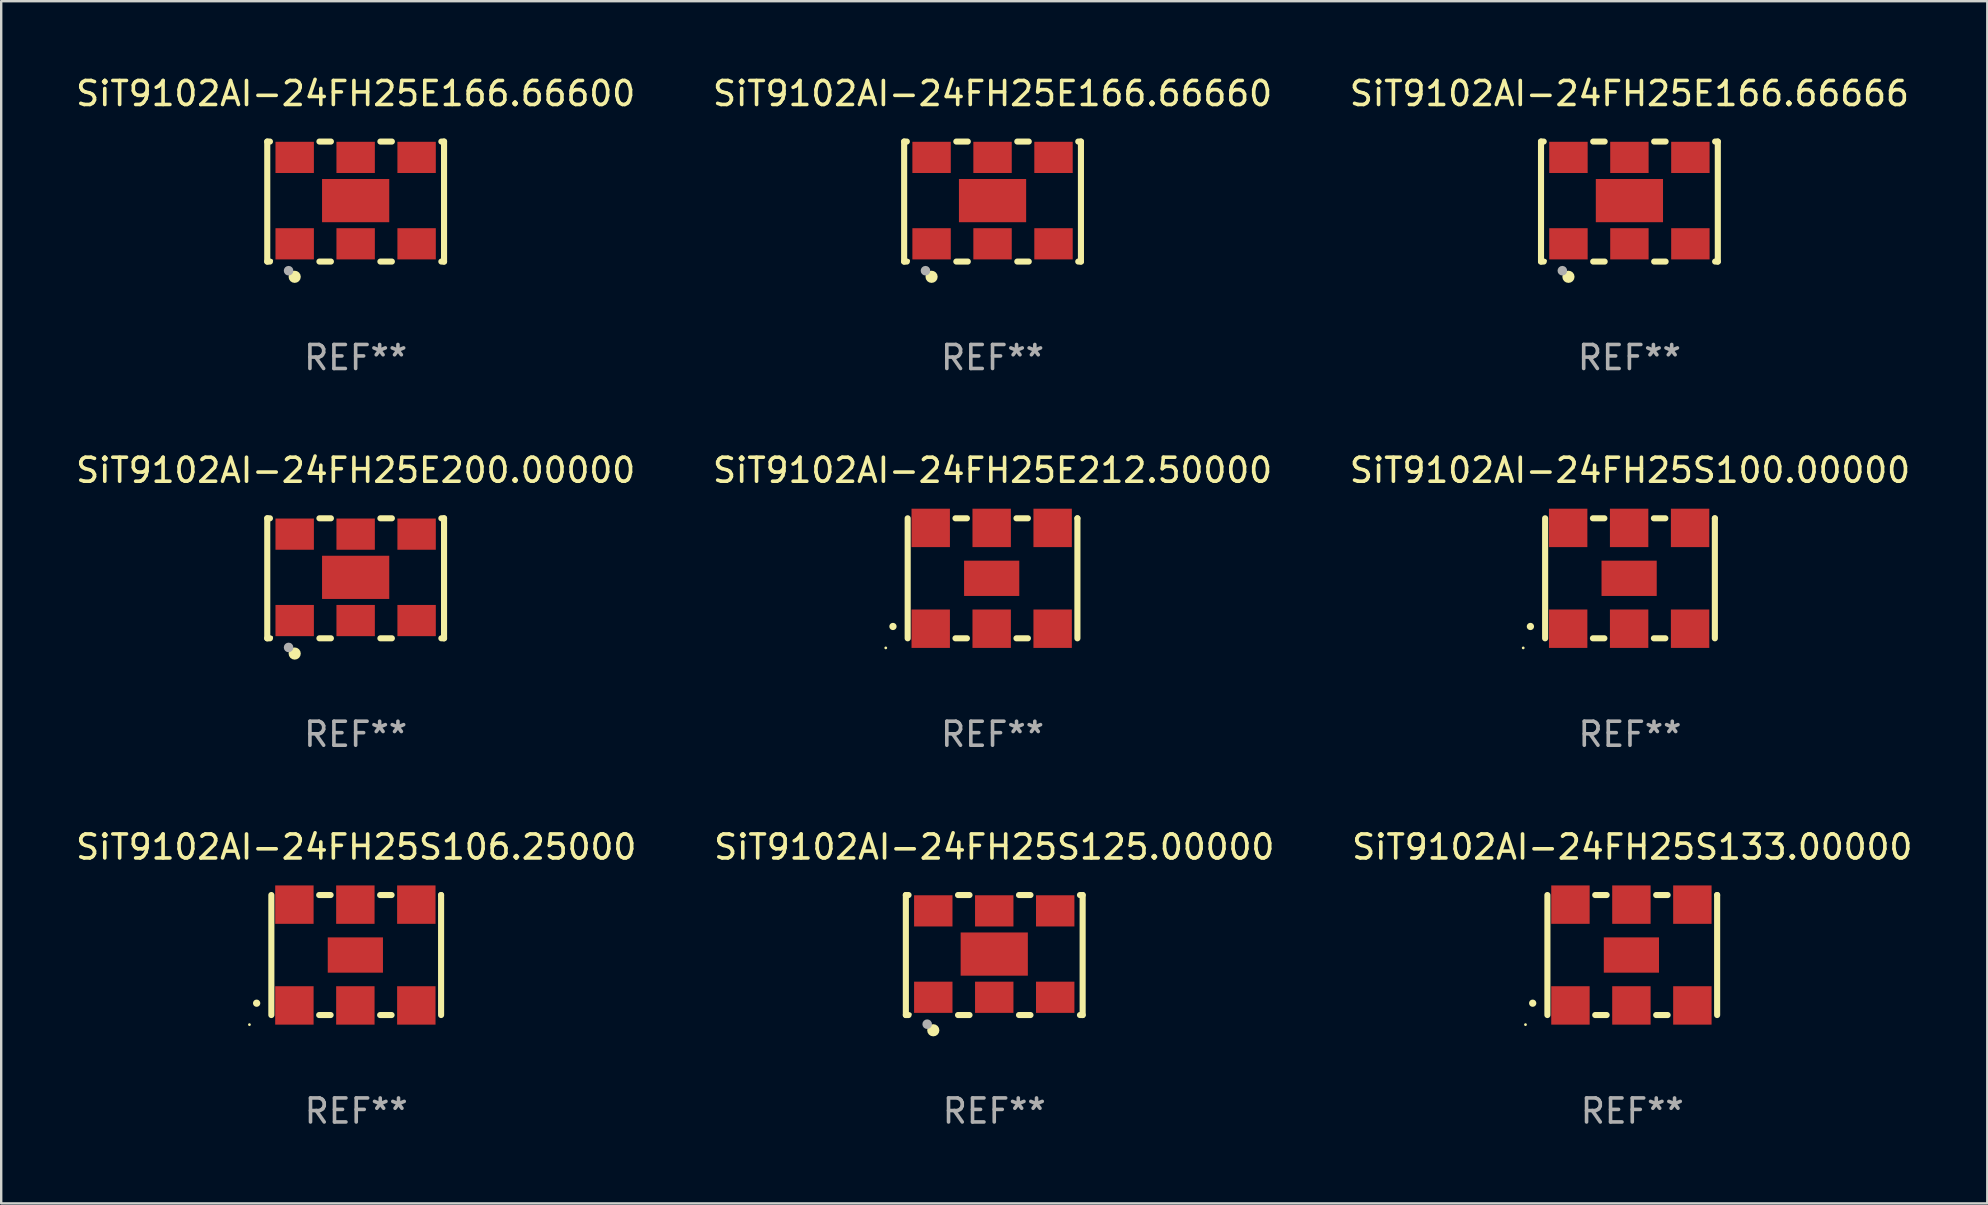
<source format=kicad_pcb>
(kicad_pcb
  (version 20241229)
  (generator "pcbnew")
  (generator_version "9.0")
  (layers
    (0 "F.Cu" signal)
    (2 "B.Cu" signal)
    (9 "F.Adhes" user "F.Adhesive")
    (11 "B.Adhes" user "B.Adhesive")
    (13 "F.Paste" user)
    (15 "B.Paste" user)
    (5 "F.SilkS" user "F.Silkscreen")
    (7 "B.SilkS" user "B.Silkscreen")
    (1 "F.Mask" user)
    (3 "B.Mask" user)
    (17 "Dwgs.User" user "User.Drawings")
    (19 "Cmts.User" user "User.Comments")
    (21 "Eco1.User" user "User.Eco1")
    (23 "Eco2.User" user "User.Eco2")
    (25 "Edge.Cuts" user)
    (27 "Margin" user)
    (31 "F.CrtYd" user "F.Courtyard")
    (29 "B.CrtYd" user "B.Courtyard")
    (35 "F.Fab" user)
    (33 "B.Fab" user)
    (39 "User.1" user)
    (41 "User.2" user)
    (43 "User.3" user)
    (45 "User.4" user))
  (footprint "SiT9102AI-24FH25E166.66600"
    (layer "F.Cu")
    (at 11.768 5.348)
    (property "Reference" "SiT9102AI-24FH25E166.66600" (at 0 -4.5 0) (layer "F.SilkS") (effects (font (size 1 1) (thickness 0.15))))
    (attr through_hole)
    (fp_line (start -3.683 -2.5) (end -3.571 -2.5) (stroke (width 0.254) (type solid)) (layer "F.SilkS"))
    (fp_line (start -3.683 2.5) (end -3.683 -2.5) (stroke (width 0.254) (type solid)) (layer "F.SilkS"))
    (fp_line (start -3.683 2.5) (end -3.571 2.5) (stroke (width 0.254) (type solid)) (layer "F.SilkS"))
    (fp_line (start -1.509 -2.5) (end -1.031 -2.5) (stroke (width 0.254) (type solid)) (layer "F.SilkS"))
    (fp_line (start -1.509 2.5) (end -1.031 2.5) (stroke (width 0.254) (type solid)) (layer "F.SilkS"))
    (fp_line (start 1.031 -2.5) (end 1.509 -2.5) (stroke (width 0.254) (type solid)) (layer "F.SilkS"))
    (fp_line (start 1.031 2.5) (end 1.509 2.5) (stroke (width 0.254) (type solid)) (layer "F.SilkS"))
    (fp_line (start 3.571 -2.5) (end 3.683 -2.5) (stroke (width 0.254) (type solid)) (layer "F.SilkS"))
    (fp_line (start 3.571 2.5) (end 3.683 2.5) (stroke (width 0.254) (type solid)) (layer "F.SilkS"))
    (fp_line (start 3.683 2.5) (end 3.683 -2.5) (stroke (width 0.254) (type solid)) (layer "F.SilkS"))
    (fp_circle (center -3.5 2.46) (end -3.47 2.46) (stroke (width 0.06) (type solid)) (fill no) (layer "F.SilkS"))
    (fp_circle (center -2.54 3.135) (end -2.413 3.135) (stroke (width 0.254) (type solid)) (fill no) (layer "F.SilkS"))
    (fp_circle (center -2.794 2.881) (end -2.694 2.881) (stroke (width 0.2) (type solid)) (fill no) (layer "F.Fab"))
    (fp_text user "REF**" (at 0 6.5 0) (layer "F.Fab") (effects (font (size 1 1) (thickness 0.15))))
    (pad "1" smd rect (at -2.54 1.76) (size 1.6 1.3) (layers "F.Cu" "F.Mask" "F.Paste"))
    (pad "2" smd rect (at 0 1.76) (size 1.6 1.3) (layers "F.Cu" "F.Mask" "F.Paste"))
    (pad "3" smd rect (at 2.54 1.76) (size 1.6 1.3) (layers "F.Cu" "F.Mask" "F.Paste"))
    (pad "4" smd rect (at 2.54 -1.84) (size 1.6 1.3) (layers "F.Cu" "F.Mask" "F.Paste"))
    (pad "5" smd rect (at 0 -1.84) (size 1.6 1.3) (layers "F.Cu" "F.Mask" "F.Paste"))
    (pad "6" smd rect (at -2.54 -1.84) (size 1.6 1.3) (layers "F.Cu" "F.Mask" "F.Paste"))
    (pad "7" smd rect (at 0 -0.04) (size 2.8 1.8) (layers "F.Cu" "F.Mask" "F.Paste")))
  (footprint "SiT9102AI-24FH25S100.00000"
    (layer "F.Cu")
    (at 64.863 21.045)
    (property "Reference" "SiT9102AI-24FH25S100.00000" (at 0 -4.5 0) (layer "F.SilkS") (effects (font (size 1 1) (thickness 0.15))))
    (attr through_hole)
    (fp_line (start -3.536 -2.5) (end -3.536 2.5) (stroke (width 0.254) (type solid)) (layer "F.SilkS"))
    (fp_line (start -1.544 2.5) (end -1.067 2.5) (stroke (width 0.254) (type solid)) (layer "F.SilkS"))
    (fp_line (start -1.067 -2.5) (end -1.544 -2.5) (stroke (width 0.254) (type solid)) (layer "F.SilkS"))
    (fp_line (start 0.996 2.5) (end 1.473 2.5) (stroke (width 0.254) (type solid)) (layer "F.SilkS"))
    (fp_line (start 1.473 -2.5) (end 0.996 -2.5) (stroke (width 0.254) (type solid)) (layer "F.SilkS"))
    (fp_line (start 3.536 -2.5) (end 3.536 -2.5) (stroke (width 0.254) (type solid)) (layer "F.SilkS"))
    (fp_line (start 3.536 2.5) (end 3.536 -2.5) (stroke (width 0.254) (type solid)) (layer "F.SilkS"))
    (fp_arc (start -4.150432 2.006604) (mid -4.149162 2.006599) (end -4.147892 2.006604) (stroke (width 0.3) (type solid)) (layer "F.SilkS"))
    (fp_circle (center -4.449 2.9) (end -4.419 2.9) (stroke (width 0.06) (type solid)) (fill no) (layer "F.SilkS"))
    (fp_text user "REF**" (at 0 6.5 0) (layer "F.Fab") (effects (font (size 1 1) (thickness 0.15))))
    (pad "1" smd rect (at -2.576 2.1) (size 1.6 1.6) (layers "F.Cu" "F.Mask" "F.Paste"))
    (pad "2" smd rect (at -0.036 2.1) (size 1.6 1.6) (layers "F.Cu" "F.Mask" "F.Paste"))
    (pad "3" smd rect (at 2.504 2.1) (size 1.6 1.6) (layers "F.Cu" "F.Mask" "F.Paste"))
    (pad "4" smd rect (at 2.504 -2.1) (size 1.6 1.6) (layers "F.Cu" "F.Mask" "F.Paste"))
    (pad "5" smd rect (at -0.036 -2.1) (size 1.6 1.6) (layers "F.Cu" "F.Mask" "F.Paste"))
    (pad "6" smd rect (at -2.576 -2.1) (size 1.6 1.6) (layers "F.Cu" "F.Mask" "F.Paste"))
    (pad "7" smd rect (at -0.036 0) (size 2.3 1.47) (layers "F.Cu" "F.Mask" "F.Paste")))
  (footprint "SiT9102AI-24FH25E212.50000"
    (layer "F.Cu")
    (at 38.304 21.045)
    (property "Reference" "SiT9102AI-24FH25E212.50000" (at 0 -4.5 0) (layer "F.SilkS") (effects (font (size 1 1) (thickness 0.15))))
    (attr through_hole)
    (fp_line (start -3.536 -2.5) (end -3.536 2.5) (stroke (width 0.254) (type solid)) (layer "F.SilkS"))
    (fp_line (start -1.544 2.5) (end -1.067 2.5) (stroke (width 0.254) (type solid)) (layer "F.SilkS"))
    (fp_line (start -1.067 -2.5) (end -1.544 -2.5) (stroke (width 0.254) (type solid)) (layer "F.SilkS"))
    (fp_line (start 0.996 2.5) (end 1.473 2.5) (stroke (width 0.254) (type solid)) (layer "F.SilkS"))
    (fp_line (start 1.473 -2.5) (end 0.996 -2.5) (stroke (width 0.254) (type solid)) (layer "F.SilkS"))
    (fp_line (start 3.536 -2.5) (end 3.536 -2.5) (stroke (width 0.254) (type solid)) (layer "F.SilkS"))
    (fp_line (start 3.536 2.5) (end 3.536 -2.5) (stroke (width 0.254) (type solid)) (layer "F.SilkS"))
    (fp_arc (start -4.150432 2.006604) (mid -4.149162 2.006599) (end -4.147892 2.006604) (stroke (width 0.3) (type solid)) (layer "F.SilkS"))
    (fp_circle (center -4.449 2.9) (end -4.419 2.9) (stroke (width 0.06) (type solid)) (fill no) (layer "F.SilkS"))
    (fp_text user "REF**" (at 0 6.5 0) (layer "F.Fab") (effects (font (size 1 1) (thickness 0.15))))
    (pad "1" smd rect (at -2.576 2.1) (size 1.6 1.6) (layers "F.Cu" "F.Mask" "F.Paste"))
    (pad "2" smd rect (at -0.036 2.1) (size 1.6 1.6) (layers "F.Cu" "F.Mask" "F.Paste"))
    (pad "3" smd rect (at 2.504 2.1) (size 1.6 1.6) (layers "F.Cu" "F.Mask" "F.Paste"))
    (pad "4" smd rect (at 2.504 -2.1) (size 1.6 1.6) (layers "F.Cu" "F.Mask" "F.Paste"))
    (pad "5" smd rect (at -0.036 -2.1) (size 1.6 1.6) (layers "F.Cu" "F.Mask" "F.Paste"))
    (pad "6" smd rect (at -2.576 -2.1) (size 1.6 1.6) (layers "F.Cu" "F.Mask" "F.Paste"))
    (pad "7" smd rect (at -0.036 0) (size 2.3 1.47) (layers "F.Cu" "F.Mask" "F.Paste")))
  (footprint "SiT9102AI-24FH25S125.00000"
    (layer "F.Cu")
    (at 38.375 36.741)
    (property "Reference" "SiT9102AI-24FH25S125.00000" (at 0 -4.5 0) (layer "F.SilkS") (effects (font (size 1 1) (thickness 0.15))))
    (attr through_hole)
    (fp_line (start -3.683 -2.5) (end -3.571 -2.5) (stroke (width 0.254) (type solid)) (layer "F.SilkS"))
    (fp_line (start -3.683 2.5) (end -3.683 -2.5) (stroke (width 0.254) (type solid)) (layer "F.SilkS"))
    (fp_line (start -3.683 2.5) (end -3.571 2.5) (stroke (width 0.254) (type solid)) (layer "F.SilkS"))
    (fp_line (start -1.509 -2.5) (end -1.031 -2.5) (stroke (width 0.254) (type solid)) (layer "F.SilkS"))
    (fp_line (start -1.509 2.5) (end -1.031 2.5) (stroke (width 0.254) (type solid)) (layer "F.SilkS"))
    (fp_line (start 1.031 -2.5) (end 1.509 -2.5) (stroke (width 0.254) (type solid)) (layer "F.SilkS"))
    (fp_line (start 1.031 2.5) (end 1.509 2.5) (stroke (width 0.254) (type solid)) (layer "F.SilkS"))
    (fp_line (start 3.571 -2.5) (end 3.683 -2.5) (stroke (width 0.254) (type solid)) (layer "F.SilkS"))
    (fp_line (start 3.571 2.5) (end 3.683 2.5) (stroke (width 0.254) (type solid)) (layer "F.SilkS"))
    (fp_line (start 3.683 2.5) (end 3.683 -2.5) (stroke (width 0.254) (type solid)) (layer "F.SilkS"))
    (fp_circle (center -3.5 2.46) (end -3.47 2.46) (stroke (width 0.06) (type solid)) (fill no) (layer "F.SilkS"))
    (fp_circle (center -2.54 3.135) (end -2.413 3.135) (stroke (width 0.254) (type solid)) (fill no) (layer "F.SilkS"))
    (fp_circle (center -2.794 2.881) (end -2.694 2.881) (stroke (width 0.2) (type solid)) (fill no) (layer "F.Fab"))
    (fp_text user "REF**" (at 0 6.5 0) (layer "F.Fab") (effects (font (size 1 1) (thickness 0.15))))
    (pad "1" smd rect (at -2.54 1.76) (size 1.6 1.3) (layers "F.Cu" "F.Mask" "F.Paste"))
    (pad "2" smd rect (at 0 1.76) (size 1.6 1.3) (layers "F.Cu" "F.Mask" "F.Paste"))
    (pad "3" smd rect (at 2.54 1.76) (size 1.6 1.3) (layers "F.Cu" "F.Mask" "F.Paste"))
    (pad "4" smd rect (at 2.54 -1.84) (size 1.6 1.3) (layers "F.Cu" "F.Mask" "F.Paste"))
    (pad "5" smd rect (at 0 -1.84) (size 1.6 1.3) (layers "F.Cu" "F.Mask" "F.Paste"))
    (pad "6" smd rect (at -2.54 -1.84) (size 1.6 1.3) (layers "F.Cu" "F.Mask" "F.Paste"))
    (pad "7" smd rect (at 0 -0.04) (size 2.8 1.8) (layers "F.Cu" "F.Mask" "F.Paste")))
  (footprint "SiT9102AI-24FH25S133.00000"
    (layer "F.Cu")
    (at 64.958 36.741)
    (property "Reference" "SiT9102AI-24FH25S133.00000" (at 0 -4.5 0) (layer "F.SilkS") (effects (font (size 1 1) (thickness 0.15))))
    (attr through_hole)
    (fp_line (start -3.536 -2.5) (end -3.536 2.5) (stroke (width 0.254) (type solid)) (layer "F.SilkS"))
    (fp_line (start -1.544 2.5) (end -1.067 2.5) (stroke (width 0.254) (type solid)) (layer "F.SilkS"))
    (fp_line (start -1.067 -2.5) (end -1.544 -2.5) (stroke (width 0.254) (type solid)) (layer "F.SilkS"))
    (fp_line (start 0.996 2.5) (end 1.473 2.5) (stroke (width 0.254) (type solid)) (layer "F.SilkS"))
    (fp_line (start 1.473 -2.5) (end 0.996 -2.5) (stroke (width 0.254) (type solid)) (layer "F.SilkS"))
    (fp_line (start 3.536 -2.5) (end 3.536 -2.5) (stroke (width 0.254) (type solid)) (layer "F.SilkS"))
    (fp_line (start 3.536 2.5) (end 3.536 -2.5) (stroke (width 0.254) (type solid)) (layer "F.SilkS"))
    (fp_arc (start -4.150432 2.006604) (mid -4.149162 2.006599) (end -4.147892 2.006604) (stroke (width 0.3) (type solid)) (layer "F.SilkS"))
    (fp_circle (center -4.449 2.9) (end -4.419 2.9) (stroke (width 0.06) (type solid)) (fill no) (layer "F.SilkS"))
    (fp_text user "REF**" (at 0 6.5 0) (layer "F.Fab") (effects (font (size 1 1) (thickness 0.15))))
    (pad "1" smd rect (at -2.576 2.1) (size 1.6 1.6) (layers "F.Cu" "F.Mask" "F.Paste"))
    (pad "2" smd rect (at -0.036 2.1) (size 1.6 1.6) (layers "F.Cu" "F.Mask" "F.Paste"))
    (pad "3" smd rect (at 2.504 2.1) (size 1.6 1.6) (layers "F.Cu" "F.Mask" "F.Paste"))
    (pad "4" smd rect (at 2.504 -2.1) (size 1.6 1.6) (layers "F.Cu" "F.Mask" "F.Paste"))
    (pad "5" smd rect (at -0.036 -2.1) (size 1.6 1.6) (layers "F.Cu" "F.Mask" "F.Paste"))
    (pad "6" smd rect (at -2.576 -2.1) (size 1.6 1.6) (layers "F.Cu" "F.Mask" "F.Paste"))
    (pad "7" smd rect (at -0.036 0) (size 2.3 1.47) (layers "F.Cu" "F.Mask" "F.Paste")))
  (footprint "SiT9102AI-24FH25E166.66666"
    (layer "F.Cu")
    (at 64.839 5.348)
    (property "Reference" "SiT9102AI-24FH25E166.66666" (at 0 -4.5 0) (layer "F.SilkS") (effects (font (size 1 1) (thickness 0.15))))
    (attr through_hole)
    (fp_line (start -3.683 -2.5) (end -3.571 -2.5) (stroke (width 0.254) (type solid)) (layer "F.SilkS"))
    (fp_line (start -3.683 2.5) (end -3.683 -2.5) (stroke (width 0.254) (type solid)) (layer "F.SilkS"))
    (fp_line (start -3.683 2.5) (end -3.571 2.5) (stroke (width 0.254) (type solid)) (layer "F.SilkS"))
    (fp_line (start -1.509 -2.5) (end -1.031 -2.5) (stroke (width 0.254) (type solid)) (layer "F.SilkS"))
    (fp_line (start -1.509 2.5) (end -1.031 2.5) (stroke (width 0.254) (type solid)) (layer "F.SilkS"))
    (fp_line (start 1.031 -2.5) (end 1.509 -2.5) (stroke (width 0.254) (type solid)) (layer "F.SilkS"))
    (fp_line (start 1.031 2.5) (end 1.509 2.5) (stroke (width 0.254) (type solid)) (layer "F.SilkS"))
    (fp_line (start 3.571 -2.5) (end 3.683 -2.5) (stroke (width 0.254) (type solid)) (layer "F.SilkS"))
    (fp_line (start 3.571 2.5) (end 3.683 2.5) (stroke (width 0.254) (type solid)) (layer "F.SilkS"))
    (fp_line (start 3.683 2.5) (end 3.683 -2.5) (stroke (width 0.254) (type solid)) (layer "F.SilkS"))
    (fp_circle (center -3.5 2.46) (end -3.47 2.46) (stroke (width 0.06) (type solid)) (fill no) (layer "F.SilkS"))
    (fp_circle (center -2.54 3.135) (end -2.413 3.135) (stroke (width 0.254) (type solid)) (fill no) (layer "F.SilkS"))
    (fp_circle (center -2.794 2.881) (end -2.694 2.881) (stroke (width 0.2) (type solid)) (fill no) (layer "F.Fab"))
    (fp_text user "REF**" (at 0 6.5 0) (layer "F.Fab") (effects (font (size 1 1) (thickness 0.15))))
    (pad "1" smd rect (at -2.54 1.76) (size 1.6 1.3) (layers "F.Cu" "F.Mask" "F.Paste"))
    (pad "2" smd rect (at 0 1.76) (size 1.6 1.3) (layers "F.Cu" "F.Mask" "F.Paste"))
    (pad "3" smd rect (at 2.54 1.76) (size 1.6 1.3) (layers "F.Cu" "F.Mask" "F.Paste"))
    (pad "4" smd rect (at 2.54 -1.84) (size 1.6 1.3) (layers "F.Cu" "F.Mask" "F.Paste"))
    (pad "5" smd rect (at 0 -1.84) (size 1.6 1.3) (layers "F.Cu" "F.Mask" "F.Paste"))
    (pad "6" smd rect (at -2.54 -1.84) (size 1.6 1.3) (layers "F.Cu" "F.Mask" "F.Paste"))
    (pad "7" smd rect (at 0 -0.04) (size 2.8 1.8) (layers "F.Cu" "F.Mask" "F.Paste")))
  (footprint "SiT9102AI-24FH25S106.25000"
    (layer "F.Cu")
    (at 11.792 36.741)
    (property "Reference" "SiT9102AI-24FH25S106.25000" (at 0 -4.5 0) (layer "F.SilkS") (effects (font (size 1 1) (thickness 0.15))))
    (attr through_hole)
    (fp_line (start -3.536 -2.5) (end -3.536 2.5) (stroke (width 0.254) (type solid)) (layer "F.SilkS"))
    (fp_line (start -1.544 2.5) (end -1.067 2.5) (stroke (width 0.254) (type solid)) (layer "F.SilkS"))
    (fp_line (start -1.067 -2.5) (end -1.544 -2.5) (stroke (width 0.254) (type solid)) (layer "F.SilkS"))
    (fp_line (start 0.996 2.5) (end 1.473 2.5) (stroke (width 0.254) (type solid)) (layer "F.SilkS"))
    (fp_line (start 1.473 -2.5) (end 0.996 -2.5) (stroke (width 0.254) (type solid)) (layer "F.SilkS"))
    (fp_line (start 3.536 -2.5) (end 3.536 -2.5) (stroke (width 0.254) (type solid)) (layer "F.SilkS"))
    (fp_line (start 3.536 2.5) (end 3.536 -2.5) (stroke (width 0.254) (type solid)) (layer "F.SilkS"))
    (fp_arc (start -4.150432 2.006604) (mid -4.149162 2.006599) (end -4.147892 2.006604) (stroke (width 0.3) (type solid)) (layer "F.SilkS"))
    (fp_circle (center -4.449 2.9) (end -4.419 2.9) (stroke (width 0.06) (type solid)) (fill no) (layer "F.SilkS"))
    (fp_text user "REF**" (at 0 6.5 0) (layer "F.Fab") (effects (font (size 1 1) (thickness 0.15))))
    (pad "1" smd rect (at -2.576 2.1) (size 1.6 1.6) (layers "F.Cu" "F.Mask" "F.Paste"))
    (pad "2" smd rect (at -0.036 2.1) (size 1.6 1.6) (layers "F.Cu" "F.Mask" "F.Paste"))
    (pad "3" smd rect (at 2.504 2.1) (size 1.6 1.6) (layers "F.Cu" "F.Mask" "F.Paste"))
    (pad "4" smd rect (at 2.504 -2.1) (size 1.6 1.6) (layers "F.Cu" "F.Mask" "F.Paste"))
    (pad "5" smd rect (at -0.036 -2.1) (size 1.6 1.6) (layers "F.Cu" "F.Mask" "F.Paste"))
    (pad "6" smd rect (at -2.576 -2.1) (size 1.6 1.6) (layers "F.Cu" "F.Mask" "F.Paste"))
    (pad "7" smd rect (at -0.036 0) (size 2.3 1.47) (layers "F.Cu" "F.Mask" "F.Paste")))
  (footprint "SiT9102AI-24FH25E200.00000"
    (layer "F.Cu")
    (at 11.768 21.045)
    (property "Reference" "SiT9102AI-24FH25E200.00000" (at 0 -4.5 0) (layer "F.SilkS") (effects (font (size 1 1) (thickness 0.15))))
    (attr through_hole)
    (fp_line (start -3.683 -2.5) (end -3.571 -2.5) (stroke (width 0.254) (type solid)) (layer "F.SilkS"))
    (fp_line (start -3.683 2.5) (end -3.683 -2.5) (stroke (width 0.254) (type solid)) (layer "F.SilkS"))
    (fp_line (start -3.683 2.5) (end -3.571 2.5) (stroke (width 0.254) (type solid)) (layer "F.SilkS"))
    (fp_line (start -1.509 -2.5) (end -1.031 -2.5) (stroke (width 0.254) (type solid)) (layer "F.SilkS"))
    (fp_line (start -1.509 2.5) (end -1.031 2.5) (stroke (width 0.254) (type solid)) (layer "F.SilkS"))
    (fp_line (start 1.031 -2.5) (end 1.509 -2.5) (stroke (width 0.254) (type solid)) (layer "F.SilkS"))
    (fp_line (start 1.031 2.5) (end 1.509 2.5) (stroke (width 0.254) (type solid)) (layer "F.SilkS"))
    (fp_line (start 3.571 -2.5) (end 3.683 -2.5) (stroke (width 0.254) (type solid)) (layer "F.SilkS"))
    (fp_line (start 3.571 2.5) (end 3.683 2.5) (stroke (width 0.254) (type solid)) (layer "F.SilkS"))
    (fp_line (start 3.683 2.5) (end 3.683 -2.5) (stroke (width 0.254) (type solid)) (layer "F.SilkS"))
    (fp_circle (center -3.5 2.46) (end -3.47 2.46) (stroke (width 0.06) (type solid)) (fill no) (layer "F.SilkS"))
    (fp_circle (center -2.54 3.135) (end -2.413 3.135) (stroke (width 0.254) (type solid)) (fill no) (layer "F.SilkS"))
    (fp_circle (center -2.794 2.881) (end -2.694 2.881) (stroke (width 0.2) (type solid)) (fill no) (layer "F.Fab"))
    (fp_text user "REF**" (at 0 6.5 0) (layer "F.Fab") (effects (font (size 1 1) (thickness 0.15))))
    (pad "1" smd rect (at -2.54 1.76) (size 1.6 1.3) (layers "F.Cu" "F.Mask" "F.Paste"))
    (pad "2" smd rect (at 0 1.76) (size 1.6 1.3) (layers "F.Cu" "F.Mask" "F.Paste"))
    (pad "3" smd rect (at 2.54 1.76) (size 1.6 1.3) (layers "F.Cu" "F.Mask" "F.Paste"))
    (pad "4" smd rect (at 2.54 -1.84) (size 1.6 1.3) (layers "F.Cu" "F.Mask" "F.Paste"))
    (pad "5" smd rect (at 0 -1.84) (size 1.6 1.3) (layers "F.Cu" "F.Mask" "F.Paste"))
    (pad "6" smd rect (at -2.54 -1.84) (size 1.6 1.3) (layers "F.Cu" "F.Mask" "F.Paste"))
    (pad "7" smd rect (at 0 -0.04) (size 2.8 1.8) (layers "F.Cu" "F.Mask" "F.Paste")))
  (footprint "SiT9102AI-24FH25E166.66660"
    (layer "F.Cu")
    (at 38.304 5.348)
    (property "Reference" "SiT9102AI-24FH25E166.66660" (at 0 -4.5 0) (layer "F.SilkS") (effects (font (size 1 1) (thickness 0.15))))
    (attr through_hole)
    (fp_line (start -3.683 -2.5) (end -3.571 -2.5) (stroke (width 0.254) (type solid)) (layer "F.SilkS"))
    (fp_line (start -3.683 2.5) (end -3.683 -2.5) (stroke (width 0.254) (type solid)) (layer "F.SilkS"))
    (fp_line (start -3.683 2.5) (end -3.571 2.5) (stroke (width 0.254) (type solid)) (layer "F.SilkS"))
    (fp_line (start -1.509 -2.5) (end -1.031 -2.5) (stroke (width 0.254) (type solid)) (layer "F.SilkS"))
    (fp_line (start -1.509 2.5) (end -1.031 2.5) (stroke (width 0.254) (type solid)) (layer "F.SilkS"))
    (fp_line (start 1.031 -2.5) (end 1.509 -2.5) (stroke (width 0.254) (type solid)) (layer "F.SilkS"))
    (fp_line (start 1.031 2.5) (end 1.509 2.5) (stroke (width 0.254) (type solid)) (layer "F.SilkS"))
    (fp_line (start 3.571 -2.5) (end 3.683 -2.5) (stroke (width 0.254) (type solid)) (layer "F.SilkS"))
    (fp_line (start 3.571 2.5) (end 3.683 2.5) (stroke (width 0.254) (type solid)) (layer "F.SilkS"))
    (fp_line (start 3.683 2.5) (end 3.683 -2.5) (stroke (width 0.254) (type solid)) (layer "F.SilkS"))
    (fp_circle (center -3.5 2.46) (end -3.47 2.46) (stroke (width 0.06) (type solid)) (fill no) (layer "F.SilkS"))
    (fp_circle (center -2.54 3.135) (end -2.413 3.135) (stroke (width 0.254) (type solid)) (fill no) (layer "F.SilkS"))
    (fp_circle (center -2.794 2.881) (end -2.694 2.881) (stroke (width 0.2) (type solid)) (fill no) (layer "F.Fab"))
    (fp_text user "REF**" (at 0 6.5 0) (layer "F.Fab") (effects (font (size 1 1) (thickness 0.15))))
    (pad "1" smd rect (at -2.54 1.76) (size 1.6 1.3) (layers "F.Cu" "F.Mask" "F.Paste"))
    (pad "2" smd rect (at 0 1.76) (size 1.6 1.3) (layers "F.Cu" "F.Mask" "F.Paste"))
    (pad "3" smd rect (at 2.54 1.76) (size 1.6 1.3) (layers "F.Cu" "F.Mask" "F.Paste"))
    (pad "4" smd rect (at 2.54 -1.84) (size 1.6 1.3) (layers "F.Cu" "F.Mask" "F.Paste"))
    (pad "5" smd rect (at 0 -1.84) (size 1.6 1.3) (layers "F.Cu" "F.Mask" "F.Paste"))
    (pad "6" smd rect (at -2.54 -1.84) (size 1.6 1.3) (layers "F.Cu" "F.Mask" "F.Paste"))
    (pad "7" smd rect (at 0 -0.04) (size 2.8 1.8) (layers "F.Cu" "F.Mask" "F.Paste")))
  (gr_rect
    (start -3 -3)
    (end 79.75 47.09)
    (stroke (width 0.1) (type default))
    (fill no)
    (layer "Edge.Cuts")))
</source>
